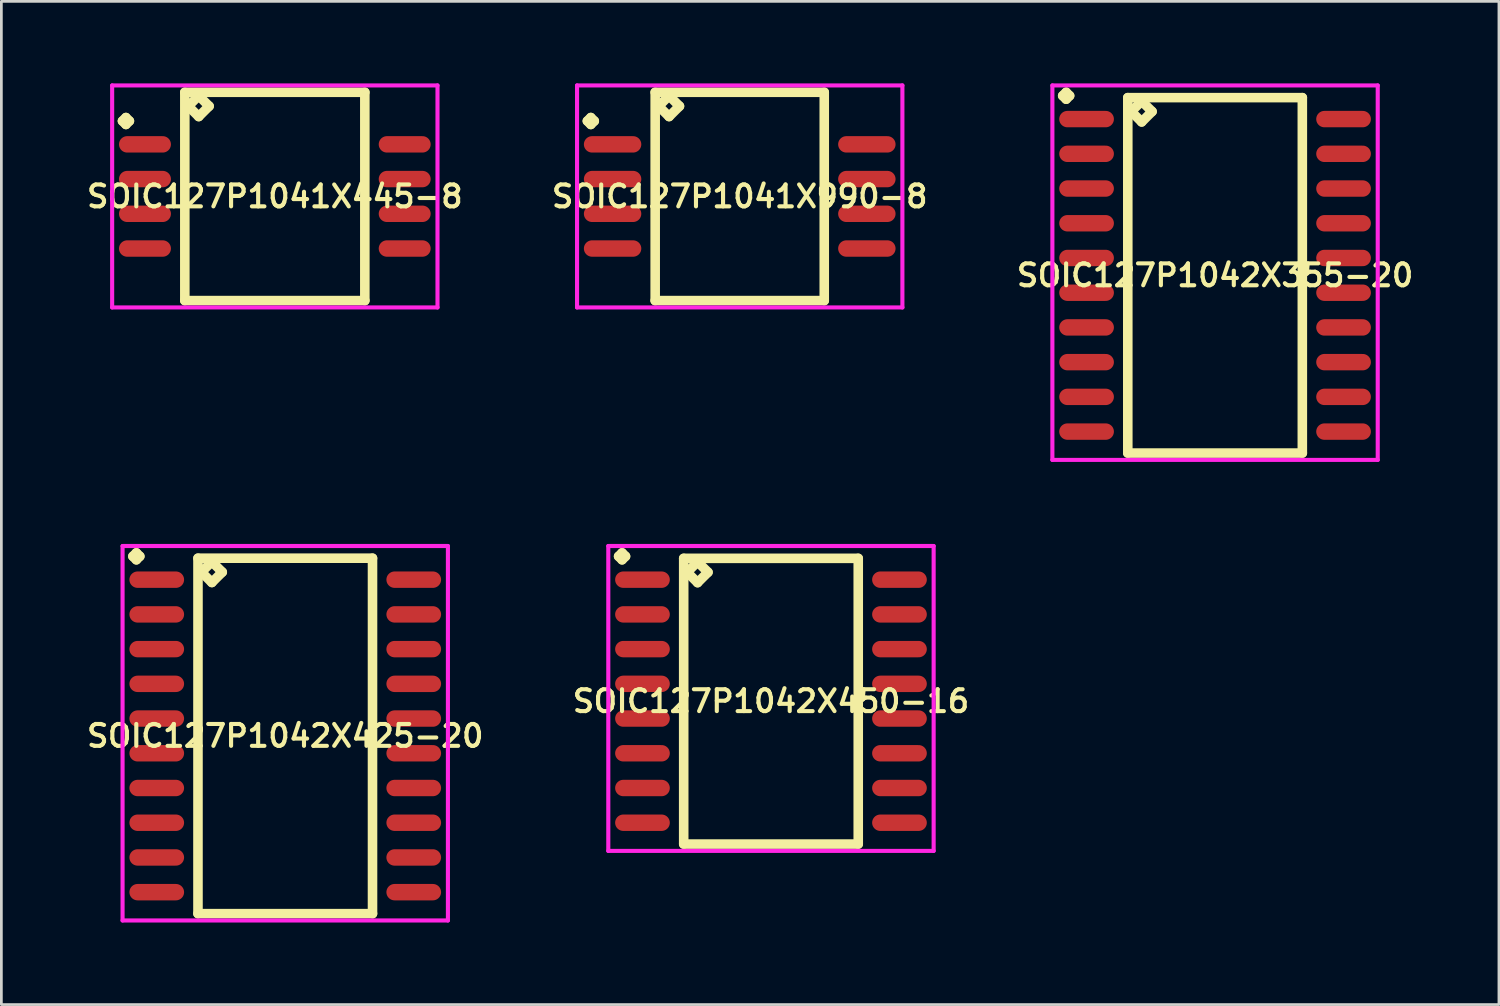
<source format=kicad_pcb>
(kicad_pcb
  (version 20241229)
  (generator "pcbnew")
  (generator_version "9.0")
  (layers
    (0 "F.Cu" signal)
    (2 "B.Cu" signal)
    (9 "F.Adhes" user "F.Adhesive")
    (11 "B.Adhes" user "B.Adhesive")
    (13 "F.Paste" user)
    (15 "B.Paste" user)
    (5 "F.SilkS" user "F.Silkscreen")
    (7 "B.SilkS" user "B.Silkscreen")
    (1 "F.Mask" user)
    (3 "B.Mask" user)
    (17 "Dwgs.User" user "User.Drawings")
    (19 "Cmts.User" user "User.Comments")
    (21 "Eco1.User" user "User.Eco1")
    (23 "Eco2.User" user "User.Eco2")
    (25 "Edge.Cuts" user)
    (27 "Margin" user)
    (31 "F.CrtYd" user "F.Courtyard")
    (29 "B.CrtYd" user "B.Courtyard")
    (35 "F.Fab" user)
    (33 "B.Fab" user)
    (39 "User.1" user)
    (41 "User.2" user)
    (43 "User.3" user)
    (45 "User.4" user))
  (footprint "SOIC127P1041X445-8"
    (layer "F.Cu")
    (at 7.002 4.135)
    (property "Reference" "SOIC127P1041X445-8" (at 0 0 0) (layer "F.SilkS") (effects (font (size 0.8 0.8) (thickness 0.15))))
    (attr smd)
    (fp_line (start -5.573 -2.759) (end -5.446 -2.886) (stroke (width 0.35) (type solid)) (layer "F.SilkS"))
    (fp_line (start -5.446 -2.886) (end -5.319 -2.759) (stroke (width 0.35) (type solid)) (layer "F.SilkS"))
    (fp_line (start -5.446 -2.632) (end -5.573 -2.759) (stroke (width 0.35) (type solid)) (layer "F.SilkS"))
    (fp_line (start -5.319 -2.759) (end -5.446 -2.632) (stroke (width 0.35) (type solid)) (layer "F.SilkS"))
    (fp_line (start -3.292 -3.81) (end -3.292 3.81) (stroke (width 0.35) (type solid)) (layer "F.SilkS"))
    (fp_line (start -3.292 3.81) (end 3.292 3.81) (stroke (width 0.35) (type solid)) (layer "F.SilkS"))
    (fp_line (start -3.165 -3.302) (end -2.784 -3.683) (stroke (width 0.35) (type solid)) (layer "F.SilkS"))
    (fp_line (start -2.784 -3.683) (end -2.403 -3.302) (stroke (width 0.35) (type solid)) (layer "F.SilkS"))
    (fp_line (start -2.784 -2.921) (end -3.165 -3.302) (stroke (width 0.35) (type solid)) (layer "F.SilkS"))
    (fp_line (start -2.403 -3.302) (end -2.784 -2.921) (stroke (width 0.35) (type solid)) (layer "F.SilkS"))
    (fp_line (start 3.292 -3.81) (end -3.292 -3.81) (stroke (width 0.35) (type solid)) (layer "F.SilkS"))
    (fp_line (start 3.292 3.81) (end 3.292 -3.81) (stroke (width 0.35) (type solid)) (layer "F.SilkS"))
    (fp_line (start -5.95 -4.06) (end 5.95 -4.06) (stroke (width 0.15) (type solid)) (layer "F.CrtYd"))
    (fp_line (start -5.95 4.06) (end -5.95 -4.06) (stroke (width 0.15) (type solid)) (layer "F.CrtYd"))
    (fp_line (start 5.95 -4.06) (end 5.95 4.06) (stroke (width 0.15) (type solid)) (layer "F.CrtYd"))
    (fp_line (start 5.95 4.06) (end -5.95 4.06) (stroke (width 0.15) (type solid)) (layer "F.CrtYd"))
    (pad "1" smd oval (at -4.75 -1.905) (size 1.9 0.6) (layers "F.Cu" "F.Mask" "F.Paste"))
    (pad "2" smd oval (at -4.75 -0.635) (size 1.9 0.6) (layers "F.Cu" "F.Mask" "F.Paste"))
    (pad "3" smd oval (at -4.75 0.635) (size 1.9 0.6) (layers "F.Cu" "F.Mask" "F.Paste"))
    (pad "4" smd oval (at -4.75 1.905) (size 1.9 0.6) (layers "F.Cu" "F.Mask" "F.Paste"))
    (pad "5" smd oval (at 4.75 1.905) (size 1.9 0.6) (layers "F.Cu" "F.Mask" "F.Paste"))
    (pad "6" smd oval (at 4.75 0.635) (size 1.9 0.6) (layers "F.Cu" "F.Mask" "F.Paste"))
    (pad "7" smd oval (at 4.75 -0.635) (size 1.9 0.6) (layers "F.Cu" "F.Mask" "F.Paste"))
    (pad "8" smd oval (at 4.75 -1.905) (size 1.9 0.6) (layers "F.Cu" "F.Mask" "F.Paste")))
  (footprint "SOIC127P1041X990-8"
    (layer "F.Cu")
    (at 24.006 4.135)
    (property "Reference" "SOIC127P1041X990-8" (at 0 0 0) (layer "F.SilkS") (effects (font (size 0.8 0.8) (thickness 0.15))))
    (attr smd)
    (fp_line (start -5.573 -2.759) (end -5.446 -2.886) (stroke (width 0.35) (type solid)) (layer "F.SilkS"))
    (fp_line (start -5.446 -2.886) (end -5.319 -2.759) (stroke (width 0.35) (type solid)) (layer "F.SilkS"))
    (fp_line (start -5.446 -2.632) (end -5.573 -2.759) (stroke (width 0.35) (type solid)) (layer "F.SilkS"))
    (fp_line (start -5.319 -2.759) (end -5.446 -2.632) (stroke (width 0.35) (type solid)) (layer "F.SilkS"))
    (fp_line (start -3.092 -3.81) (end -3.092 3.81) (stroke (width 0.35) (type solid)) (layer "F.SilkS"))
    (fp_line (start -3.092 3.81) (end 3.092 3.81) (stroke (width 0.35) (type solid)) (layer "F.SilkS"))
    (fp_line (start -2.965 -3.302) (end -2.584 -3.683) (stroke (width 0.35) (type solid)) (layer "F.SilkS"))
    (fp_line (start -2.584 -3.683) (end -2.203 -3.302) (stroke (width 0.35) (type solid)) (layer "F.SilkS"))
    (fp_line (start -2.584 -2.921) (end -2.965 -3.302) (stroke (width 0.35) (type solid)) (layer "F.SilkS"))
    (fp_line (start -2.203 -3.302) (end -2.584 -2.921) (stroke (width 0.35) (type solid)) (layer "F.SilkS"))
    (fp_line (start 3.092 -3.81) (end -3.092 -3.81) (stroke (width 0.35) (type solid)) (layer "F.SilkS"))
    (fp_line (start 3.092 3.81) (end 3.092 -3.81) (stroke (width 0.35) (type solid)) (layer "F.SilkS"))
    (fp_line (start -5.95 -4.06) (end 5.95 -4.06) (stroke (width 0.15) (type solid)) (layer "F.CrtYd"))
    (fp_line (start -5.95 4.06) (end -5.95 -4.06) (stroke (width 0.15) (type solid)) (layer "F.CrtYd"))
    (fp_line (start 5.95 -4.06) (end 5.95 4.06) (stroke (width 0.15) (type solid)) (layer "F.CrtYd"))
    (fp_line (start 5.95 4.06) (end -5.95 4.06) (stroke (width 0.15) (type solid)) (layer "F.CrtYd"))
    (pad "1" smd oval (at -4.65 -1.905) (size 2.1 0.6) (layers "F.Cu" "F.Mask" "F.Paste"))
    (pad "2" smd oval (at -4.65 -0.635) (size 2.1 0.6) (layers "F.Cu" "F.Mask" "F.Paste"))
    (pad "3" smd oval (at -4.65 0.635) (size 2.1 0.6) (layers "F.Cu" "F.Mask" "F.Paste"))
    (pad "4" smd oval (at -4.65 1.905) (size 2.1 0.6) (layers "F.Cu" "F.Mask" "F.Paste"))
    (pad "5" smd oval (at 4.65 1.905) (size 2.1 0.6) (layers "F.Cu" "F.Mask" "F.Paste"))
    (pad "6" smd oval (at 4.65 0.635) (size 2.1 0.6) (layers "F.Cu" "F.Mask" "F.Paste"))
    (pad "7" smd oval (at 4.65 -0.635) (size 2.1 0.6) (layers "F.Cu" "F.Mask" "F.Paste"))
    (pad "8" smd oval (at 4.65 -1.905) (size 2.1 0.6) (layers "F.Cu" "F.Mask" "F.Paste")))
  (footprint "SOIC127P1042X355-20"
    (layer "F.Cu")
    (at 41.392 7.021)
    (property "Reference" "SOIC127P1042X355-20" (at 0 0 0) (layer "F.SilkS") (effects (font (size 0.8 0.8) (thickness 0.15))))
    (attr smd)
    (fp_line (start -5.573 -6.569) (end -5.446 -6.696) (stroke (width 0.35) (type solid)) (layer "F.SilkS"))
    (fp_line (start -5.446 -6.696) (end -5.319 -6.569) (stroke (width 0.35) (type solid)) (layer "F.SilkS"))
    (fp_line (start -5.446 -6.442) (end -5.573 -6.569) (stroke (width 0.35) (type solid)) (layer "F.SilkS"))
    (fp_line (start -5.319 -6.569) (end -5.446 -6.442) (stroke (width 0.35) (type solid)) (layer "F.SilkS"))
    (fp_line (start -3.192 -6.5) (end -3.192 6.5) (stroke (width 0.35) (type solid)) (layer "F.SilkS"))
    (fp_line (start -3.192 6.5) (end 3.192 6.5) (stroke (width 0.35) (type solid)) (layer "F.SilkS"))
    (fp_line (start -3.065 -5.992) (end -2.684 -6.373) (stroke (width 0.35) (type solid)) (layer "F.SilkS"))
    (fp_line (start -2.684 -6.373) (end -2.303 -5.992) (stroke (width 0.35) (type solid)) (layer "F.SilkS"))
    (fp_line (start -2.684 -5.611) (end -3.065 -5.992) (stroke (width 0.35) (type solid)) (layer "F.SilkS"))
    (fp_line (start -2.303 -5.992) (end -2.684 -5.611) (stroke (width 0.35) (type solid)) (layer "F.SilkS"))
    (fp_line (start 3.192 -6.5) (end -3.192 -6.5) (stroke (width 0.35) (type solid)) (layer "F.SilkS"))
    (fp_line (start 3.192 6.5) (end 3.192 -6.5) (stroke (width 0.35) (type solid)) (layer "F.SilkS"))
    (fp_line (start -5.95 -6.946) (end 5.95 -6.946) (stroke (width 0.15) (type solid)) (layer "F.CrtYd"))
    (fp_line (start -5.95 6.75) (end -5.95 -6.946) (stroke (width 0.15) (type solid)) (layer "F.CrtYd"))
    (fp_line (start 5.95 -6.946) (end 5.95 6.75) (stroke (width 0.15) (type solid)) (layer "F.CrtYd"))
    (fp_line (start 5.95 6.75) (end -5.95 6.75) (stroke (width 0.15) (type solid)) (layer "F.CrtYd"))
    (pad "1" smd oval (at -4.7 -5.715) (size 2 0.6) (layers "F.Cu" "F.Mask" "F.Paste"))
    (pad "2" smd oval (at -4.7 -4.445) (size 2 0.6) (layers "F.Cu" "F.Mask" "F.Paste"))
    (pad "3" smd oval (at -4.7 -3.175) (size 2 0.6) (layers "F.Cu" "F.Mask" "F.Paste"))
    (pad "4" smd oval (at -4.7 -1.905) (size 2 0.6) (layers "F.Cu" "F.Mask" "F.Paste"))
    (pad "5" smd oval (at -4.7 -0.635) (size 2 0.6) (layers "F.Cu" "F.Mask" "F.Paste"))
    (pad "6" smd oval (at -4.7 0.635) (size 2 0.6) (layers "F.Cu" "F.Mask" "F.Paste"))
    (pad "7" smd oval (at -4.7 1.905) (size 2 0.6) (layers "F.Cu" "F.Mask" "F.Paste"))
    (pad "8" smd oval (at -4.7 3.175) (size 2 0.6) (layers "F.Cu" "F.Mask" "F.Paste"))
    (pad "9" smd oval (at -4.7 4.445) (size 2 0.6) (layers "F.Cu" "F.Mask" "F.Paste"))
    (pad "10" smd oval (at -4.7 5.715) (size 2 0.6) (layers "F.Cu" "F.Mask" "F.Paste"))
    (pad "11" smd oval (at 4.7 5.715) (size 2 0.6) (layers "F.Cu" "F.Mask" "F.Paste"))
    (pad "12" smd oval (at 4.7 4.445) (size 2 0.6) (layers "F.Cu" "F.Mask" "F.Paste"))
    (pad "13" smd oval (at 4.7 3.175) (size 2 0.6) (layers "F.Cu" "F.Mask" "F.Paste"))
    (pad "14" smd oval (at 4.7 1.905) (size 2 0.6) (layers "F.Cu" "F.Mask" "F.Paste"))
    (pad "15" smd oval (at 4.7 0.635) (size 2 0.6) (layers "F.Cu" "F.Mask" "F.Paste"))
    (pad "16" smd oval (at 4.7 -0.635) (size 2 0.6) (layers "F.Cu" "F.Mask" "F.Paste"))
    (pad "17" smd oval (at 4.7 -1.905) (size 2 0.6) (layers "F.Cu" "F.Mask" "F.Paste"))
    (pad "18" smd oval (at 4.7 -3.175) (size 2 0.6) (layers "F.Cu" "F.Mask" "F.Paste"))
    (pad "19" smd oval (at 4.7 -4.445) (size 2 0.6) (layers "F.Cu" "F.Mask" "F.Paste"))
    (pad "20" smd oval (at 4.7 -5.715) (size 2 0.6) (layers "F.Cu" "F.Mask" "F.Paste")))
  (footprint "SOIC127P1042X450-16"
    (layer "F.Cu")
    (at 25.149 22.597)
    (property "Reference" "SOIC127P1042X450-16" (at 0 0 0) (layer "F.SilkS") (effects (font (size 0.8 0.8) (thickness 0.15))))
    (attr smd)
    (fp_line (start -5.573 -5.299) (end -5.446 -5.426) (stroke (width 0.35) (type solid)) (layer "F.SilkS"))
    (fp_line (start -5.446 -5.426) (end -5.319 -5.299) (stroke (width 0.35) (type solid)) (layer "F.SilkS"))
    (fp_line (start -5.446 -5.172) (end -5.573 -5.299) (stroke (width 0.35) (type solid)) (layer "F.SilkS"))
    (fp_line (start -5.319 -5.299) (end -5.446 -5.172) (stroke (width 0.35) (type solid)) (layer "F.SilkS"))
    (fp_line (start -3.192 -5.225) (end -3.192 5.225) (stroke (width 0.35) (type solid)) (layer "F.SilkS"))
    (fp_line (start -3.192 5.225) (end 3.192 5.225) (stroke (width 0.35) (type solid)) (layer "F.SilkS"))
    (fp_line (start -3.065 -4.717) (end -2.684 -5.098) (stroke (width 0.35) (type solid)) (layer "F.SilkS"))
    (fp_line (start -2.684 -5.098) (end -2.303 -4.717) (stroke (width 0.35) (type solid)) (layer "F.SilkS"))
    (fp_line (start -2.684 -4.336) (end -3.065 -4.717) (stroke (width 0.35) (type solid)) (layer "F.SilkS"))
    (fp_line (start -2.303 -4.717) (end -2.684 -4.336) (stroke (width 0.35) (type solid)) (layer "F.SilkS"))
    (fp_line (start 3.192 -5.225) (end -3.192 -5.225) (stroke (width 0.35) (type solid)) (layer "F.SilkS"))
    (fp_line (start 3.192 5.225) (end 3.192 -5.225) (stroke (width 0.35) (type solid)) (layer "F.SilkS"))
    (fp_line (start -5.95 -5.676) (end 5.95 -5.676) (stroke (width 0.15) (type solid)) (layer "F.CrtYd"))
    (fp_line (start -5.95 5.475) (end -5.95 -5.676) (stroke (width 0.15) (type solid)) (layer "F.CrtYd"))
    (fp_line (start 5.95 -5.676) (end 5.95 5.475) (stroke (width 0.15) (type solid)) (layer "F.CrtYd"))
    (fp_line (start 5.95 5.475) (end -5.95 5.475) (stroke (width 0.15) (type solid)) (layer "F.CrtYd"))
    (pad "1" smd oval (at -4.7 -4.445) (size 2 0.6) (layers "F.Cu" "F.Mask" "F.Paste"))
    (pad "2" smd oval (at -4.7 -3.175) (size 2 0.6) (layers "F.Cu" "F.Mask" "F.Paste"))
    (pad "3" smd oval (at -4.7 -1.905) (size 2 0.6) (layers "F.Cu" "F.Mask" "F.Paste"))
    (pad "4" smd oval (at -4.7 -0.635) (size 2 0.6) (layers "F.Cu" "F.Mask" "F.Paste"))
    (pad "5" smd oval (at -4.7 0.635) (size 2 0.6) (layers "F.Cu" "F.Mask" "F.Paste"))
    (pad "6" smd oval (at -4.7 1.905) (size 2 0.6) (layers "F.Cu" "F.Mask" "F.Paste"))
    (pad "7" smd oval (at -4.7 3.175) (size 2 0.6) (layers "F.Cu" "F.Mask" "F.Paste"))
    (pad "8" smd oval (at -4.7 4.445) (size 2 0.6) (layers "F.Cu" "F.Mask" "F.Paste"))
    (pad "9" smd oval (at 4.7 4.445) (size 2 0.6) (layers "F.Cu" "F.Mask" "F.Paste"))
    (pad "10" smd oval (at 4.7 3.175) (size 2 0.6) (layers "F.Cu" "F.Mask" "F.Paste"))
    (pad "11" smd oval (at 4.7 1.905) (size 2 0.6) (layers "F.Cu" "F.Mask" "F.Paste"))
    (pad "12" smd oval (at 4.7 0.635) (size 2 0.6) (layers "F.Cu" "F.Mask" "F.Paste"))
    (pad "13" smd oval (at 4.7 -0.635) (size 2 0.6) (layers "F.Cu" "F.Mask" "F.Paste"))
    (pad "14" smd oval (at 4.7 -1.905) (size 2 0.6) (layers "F.Cu" "F.Mask" "F.Paste"))
    (pad "15" smd oval (at 4.7 -3.175) (size 2 0.6) (layers "F.Cu" "F.Mask" "F.Paste"))
    (pad "16" smd oval (at 4.7 -4.445) (size 2 0.6) (layers "F.Cu" "F.Mask" "F.Paste")))
  (footprint "SOIC127P1042X425-20"
    (layer "F.Cu")
    (at 7.383 23.867)
    (property "Reference" "SOIC127P1042X425-20" (at 0 0 0) (layer "F.SilkS") (effects (font (size 0.8 0.8) (thickness 0.15))))
    (attr smd)
    (fp_line (start -5.573 -6.569) (end -5.446 -6.696) (stroke (width 0.35) (type solid)) (layer "F.SilkS"))
    (fp_line (start -5.446 -6.696) (end -5.319 -6.569) (stroke (width 0.35) (type solid)) (layer "F.SilkS"))
    (fp_line (start -5.446 -6.442) (end -5.573 -6.569) (stroke (width 0.35) (type solid)) (layer "F.SilkS"))
    (fp_line (start -5.319 -6.569) (end -5.446 -6.442) (stroke (width 0.35) (type solid)) (layer "F.SilkS"))
    (fp_line (start -3.192 -6.5) (end -3.192 6.5) (stroke (width 0.35) (type solid)) (layer "F.SilkS"))
    (fp_line (start -3.192 6.5) (end 3.192 6.5) (stroke (width 0.35) (type solid)) (layer "F.SilkS"))
    (fp_line (start -3.065 -5.992) (end -2.684 -6.373) (stroke (width 0.35) (type solid)) (layer "F.SilkS"))
    (fp_line (start -2.684 -6.373) (end -2.303 -5.992) (stroke (width 0.35) (type solid)) (layer "F.SilkS"))
    (fp_line (start -2.684 -5.611) (end -3.065 -5.992) (stroke (width 0.35) (type solid)) (layer "F.SilkS"))
    (fp_line (start -2.303 -5.992) (end -2.684 -5.611) (stroke (width 0.35) (type solid)) (layer "F.SilkS"))
    (fp_line (start 3.192 -6.5) (end -3.192 -6.5) (stroke (width 0.35) (type solid)) (layer "F.SilkS"))
    (fp_line (start 3.192 6.5) (end 3.192 -6.5) (stroke (width 0.35) (type solid)) (layer "F.SilkS"))
    (fp_line (start -5.95 -6.946) (end 5.95 -6.946) (stroke (width 0.15) (type solid)) (layer "F.CrtYd"))
    (fp_line (start -5.95 6.75) (end -5.95 -6.946) (stroke (width 0.15) (type solid)) (layer "F.CrtYd"))
    (fp_line (start 5.95 -6.946) (end 5.95 6.75) (stroke (width 0.15) (type solid)) (layer "F.CrtYd"))
    (fp_line (start 5.95 6.75) (end -5.95 6.75) (stroke (width 0.15) (type solid)) (layer "F.CrtYd"))
    (pad "1" smd oval (at -4.7 -5.715) (size 2 0.6) (layers "F.Cu" "F.Mask" "F.Paste"))
    (pad "2" smd oval (at -4.7 -4.445) (size 2 0.6) (layers "F.Cu" "F.Mask" "F.Paste"))
    (pad "3" smd oval (at -4.7 -3.175) (size 2 0.6) (layers "F.Cu" "F.Mask" "F.Paste"))
    (pad "4" smd oval (at -4.7 -1.905) (size 2 0.6) (layers "F.Cu" "F.Mask" "F.Paste"))
    (pad "5" smd oval (at -4.7 -0.635) (size 2 0.6) (layers "F.Cu" "F.Mask" "F.Paste"))
    (pad "6" smd oval (at -4.7 0.635) (size 2 0.6) (layers "F.Cu" "F.Mask" "F.Paste"))
    (pad "7" smd oval (at -4.7 1.905) (size 2 0.6) (layers "F.Cu" "F.Mask" "F.Paste"))
    (pad "8" smd oval (at -4.7 3.175) (size 2 0.6) (layers "F.Cu" "F.Mask" "F.Paste"))
    (pad "9" smd oval (at -4.7 4.445) (size 2 0.6) (layers "F.Cu" "F.Mask" "F.Paste"))
    (pad "10" smd oval (at -4.7 5.715) (size 2 0.6) (layers "F.Cu" "F.Mask" "F.Paste"))
    (pad "11" smd oval (at 4.7 5.715) (size 2 0.6) (layers "F.Cu" "F.Mask" "F.Paste"))
    (pad "12" smd oval (at 4.7 4.445) (size 2 0.6) (layers "F.Cu" "F.Mask" "F.Paste"))
    (pad "13" smd oval (at 4.7 3.175) (size 2 0.6) (layers "F.Cu" "F.Mask" "F.Paste"))
    (pad "14" smd oval (at 4.7 1.905) (size 2 0.6) (layers "F.Cu" "F.Mask" "F.Paste"))
    (pad "15" smd oval (at 4.7 0.635) (size 2 0.6) (layers "F.Cu" "F.Mask" "F.Paste"))
    (pad "16" smd oval (at 4.7 -0.635) (size 2 0.6) (layers "F.Cu" "F.Mask" "F.Paste"))
    (pad "17" smd oval (at 4.7 -1.905) (size 2 0.6) (layers "F.Cu" "F.Mask" "F.Paste"))
    (pad "18" smd oval (at 4.7 -3.175) (size 2 0.6) (layers "F.Cu" "F.Mask" "F.Paste"))
    (pad "19" smd oval (at 4.7 -4.445) (size 2 0.6) (layers "F.Cu" "F.Mask" "F.Paste"))
    (pad "20" smd oval (at 4.7 -5.715) (size 2 0.6) (layers "F.Cu" "F.Mask" "F.Paste")))
  (gr_rect
    (start -3 -3)
    (end 51.775 33.692)
    (stroke (width 0.1) (type default))
    (fill no)
    (layer "Edge.Cuts")))
</source>
